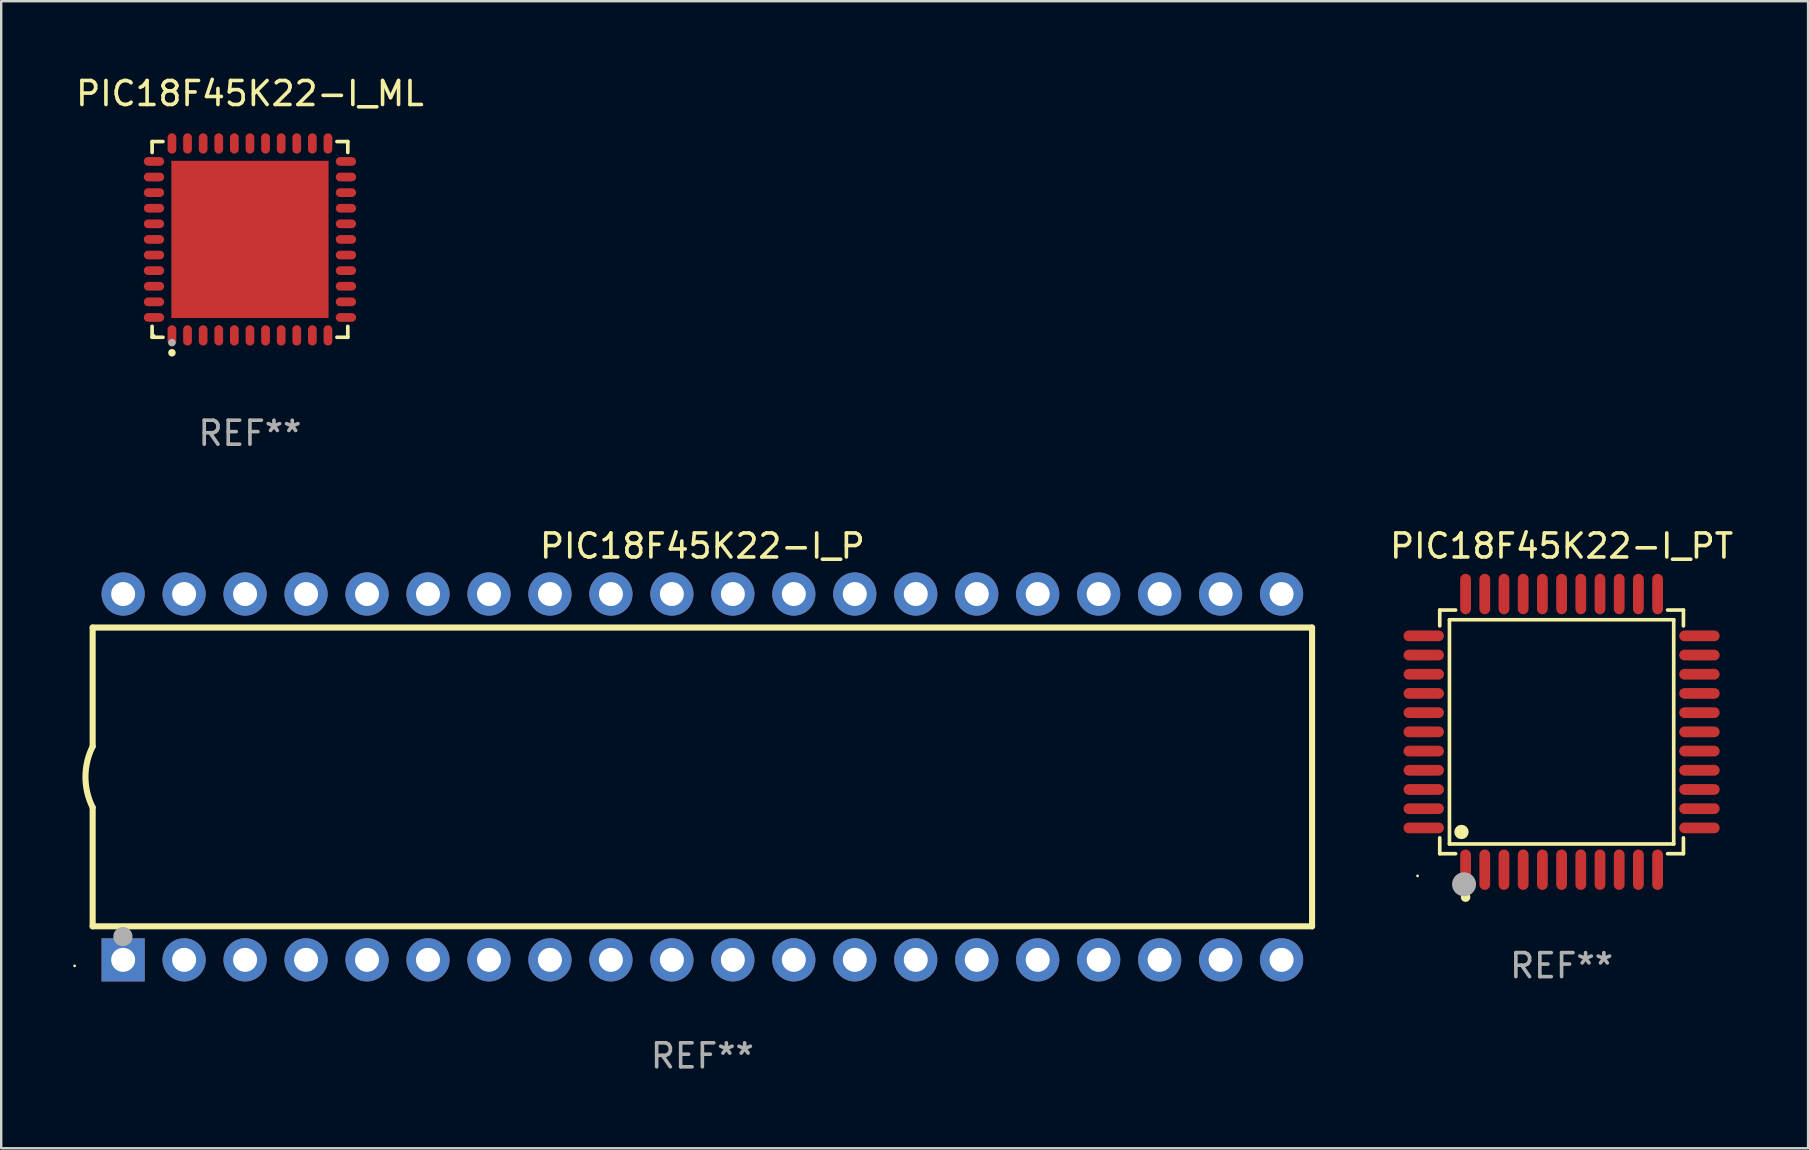
<source format=kicad_pcb>
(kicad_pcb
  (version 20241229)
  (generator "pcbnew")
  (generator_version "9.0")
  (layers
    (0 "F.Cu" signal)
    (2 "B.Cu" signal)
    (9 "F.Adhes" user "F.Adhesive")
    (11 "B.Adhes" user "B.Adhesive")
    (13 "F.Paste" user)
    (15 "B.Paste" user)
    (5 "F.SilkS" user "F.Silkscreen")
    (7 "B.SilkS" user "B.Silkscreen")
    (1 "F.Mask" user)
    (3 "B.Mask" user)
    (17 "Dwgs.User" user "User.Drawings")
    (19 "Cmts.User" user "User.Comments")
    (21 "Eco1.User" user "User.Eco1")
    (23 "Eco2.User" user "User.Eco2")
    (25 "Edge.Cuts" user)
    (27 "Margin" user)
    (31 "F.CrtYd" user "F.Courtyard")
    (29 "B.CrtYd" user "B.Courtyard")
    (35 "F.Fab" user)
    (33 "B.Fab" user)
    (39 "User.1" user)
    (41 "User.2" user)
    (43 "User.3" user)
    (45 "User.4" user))
  (footprint "PIC18F45K22-I_PT"
    (layer "F.Cu")
    (at 62.005 27.439)
    (property "Reference" "PIC18F45K22-I_PT" (at 0 -7.742 0) (layer "F.SilkS") (effects (font (size 1 1) (thickness 0.15))))
    (attr through_hole)
    (fp_line (start -5.076 -5.076) (end -4.415 -5.076) (stroke (width 0.152) (type solid)) (layer "F.SilkS"))
    (fp_line (start -5.076 -4.415) (end -5.076 -5.076) (stroke (width 0.152) (type solid)) (layer "F.SilkS"))
    (fp_line (start -5.076 4.415) (end -5.076 5.076) (stroke (width 0.152) (type solid)) (layer "F.SilkS"))
    (fp_line (start -5.076 5.076) (end -4.415 5.076) (stroke (width 0.152) (type solid)) (layer "F.SilkS"))
    (fp_line (start -4.671 -4.671) (end 4.671 -4.671) (stroke (width 0.152) (type solid)) (layer "F.SilkS"))
    (fp_line (start -4.671 4.671) (end -4.671 -4.671) (stroke (width 0.152) (type solid)) (layer "F.SilkS"))
    (fp_line (start 4.671 -4.671) (end 4.671 4.671) (stroke (width 0.152) (type solid)) (layer "F.SilkS"))
    (fp_line (start 4.671 4.671) (end -4.671 4.671) (stroke (width 0.152) (type solid)) (layer "F.SilkS"))
    (fp_line (start 5.076 -5.076) (end 4.415 -5.076) (stroke (width 0.152) (type solid)) (layer "F.SilkS"))
    (fp_line (start 5.076 -4.415) (end 5.076 -5.076) (stroke (width 0.152) (type solid)) (layer "F.SilkS"))
    (fp_line (start 5.076 4.415) (end 5.076 5.076) (stroke (width 0.152) (type solid)) (layer "F.SilkS"))
    (fp_line (start 5.076 5.076) (end 4.415 5.076) (stroke (width 0.152) (type solid)) (layer "F.SilkS"))
    (fp_circle (center -6 6) (end -5.97 6) (stroke (width 0.06) (type solid)) (fill no) (layer "F.SilkS"))
    (fp_circle (center -4.171 4.171) (end -4.021 4.171) (stroke (width 0.3) (type solid)) (fill no) (layer "F.SilkS"))
    (fp_circle (center -4 6.884) (end -3.9 6.884) (stroke (width 0.2) (type solid)) (fill no) (layer "F.SilkS"))
    (fp_circle (center -4.064 6.35) (end -3.814 6.35) (stroke (width 0.5) (type solid)) (fill no) (layer "F.Fab"))
    (fp_text user "REF**" (at 0 9.742 0) (layer "F.Fab") (effects (font (size 1 1) (thickness 0.15))))
    (pad "1" smd oval (at -4 5.742) (size 0.448 1.684) (layers "F.Cu" "F.Mask" "F.Paste"))
    (pad "2" smd oval (at -3.2 5.742) (size 0.448 1.684) (layers "F.Cu" "F.Mask" "F.Paste"))
    (pad "3" smd oval (at -2.4 5.742) (size 0.448 1.684) (layers "F.Cu" "F.Mask" "F.Paste"))
    (pad "4" smd oval (at -1.6 5.742) (size 0.448 1.684) (layers "F.Cu" "F.Mask" "F.Paste"))
    (pad "5" smd oval (at -0.8 5.742) (size 0.448 1.684) (layers "F.Cu" "F.Mask" "F.Paste"))
    (pad "6" smd oval (at 0 5.742) (size 0.448 1.684) (layers "F.Cu" "F.Mask" "F.Paste"))
    (pad "7" smd oval (at 0.8 5.742) (size 0.448 1.684) (layers "F.Cu" "F.Mask" "F.Paste"))
    (pad "8" smd oval (at 1.6 5.742) (size 0.448 1.684) (layers "F.Cu" "F.Mask" "F.Paste"))
    (pad "9" smd oval (at 2.4 5.742) (size 0.448 1.684) (layers "F.Cu" "F.Mask" "F.Paste"))
    (pad "10" smd oval (at 3.2 5.742) (size 0.448 1.684) (layers "F.Cu" "F.Mask" "F.Paste"))
    (pad "11" smd oval (at 4 5.742) (size 0.448 1.684) (layers "F.Cu" "F.Mask" "F.Paste"))
    (pad "12" smd oval (at 5.742 4) (size 1.684 0.448) (layers "F.Cu" "F.Mask" "F.Paste"))
    (pad "13" smd oval (at 5.742 3.2) (size 1.684 0.448) (layers "F.Cu" "F.Mask" "F.Paste"))
    (pad "14" smd oval (at 5.742 2.4) (size 1.684 0.448) (layers "F.Cu" "F.Mask" "F.Paste"))
    (pad "15" smd oval (at 5.742 1.6) (size 1.684 0.448) (layers "F.Cu" "F.Mask" "F.Paste"))
    (pad "16" smd oval (at 5.742 0.8) (size 1.684 0.448) (layers "F.Cu" "F.Mask" "F.Paste"))
    (pad "17" smd oval (at 5.742 0) (size 1.684 0.448) (layers "F.Cu" "F.Mask" "F.Paste"))
    (pad "18" smd oval (at 5.742 -0.8) (size 1.684 0.448) (layers "F.Cu" "F.Mask" "F.Paste"))
    (pad "19" smd oval (at 5.742 -1.6) (size 1.684 0.448) (layers "F.Cu" "F.Mask" "F.Paste"))
    (pad "20" smd oval (at 5.742 -2.4) (size 1.684 0.448) (layers "F.Cu" "F.Mask" "F.Paste"))
    (pad "21" smd oval (at 5.742 -3.2) (size 1.684 0.448) (layers "F.Cu" "F.Mask" "F.Paste"))
    (pad "22" smd oval (at 5.742 -4) (size 1.684 0.448) (layers "F.Cu" "F.Mask" "F.Paste"))
    (pad "23" smd oval (at 4 -5.742) (size 0.448 1.684) (layers "F.Cu" "F.Mask" "F.Paste"))
    (pad "24" smd oval (at 3.2 -5.742) (size 0.448 1.684) (layers "F.Cu" "F.Mask" "F.Paste"))
    (pad "25" smd oval (at 2.4 -5.742) (size 0.448 1.684) (layers "F.Cu" "F.Mask" "F.Paste"))
    (pad "26" smd oval (at 1.6 -5.742) (size 0.448 1.684) (layers "F.Cu" "F.Mask" "F.Paste"))
    (pad "27" smd oval (at 0.8 -5.742) (size 0.448 1.684) (layers "F.Cu" "F.Mask" "F.Paste"))
    (pad "28" smd oval (at 0 -5.742) (size 0.448 1.684) (layers "F.Cu" "F.Mask" "F.Paste"))
    (pad "29" smd oval (at -0.8 -5.742) (size 0.448 1.684) (layers "F.Cu" "F.Mask" "F.Paste"))
    (pad "30" smd oval (at -1.6 -5.742) (size 0.448 1.684) (layers "F.Cu" "F.Mask" "F.Paste"))
    (pad "31" smd oval (at -2.4 -5.742) (size 0.448 1.684) (layers "F.Cu" "F.Mask" "F.Paste"))
    (pad "32" smd oval (at -3.2 -5.742) (size 0.448 1.684) (layers "F.Cu" "F.Mask" "F.Paste"))
    (pad "33" smd oval (at -4 -5.742) (size 0.448 1.684) (layers "F.Cu" "F.Mask" "F.Paste"))
    (pad "34" smd oval (at -5.742 -4) (size 1.684 0.448) (layers "F.Cu" "F.Mask" "F.Paste"))
    (pad "35" smd oval (at -5.742 -3.2) (size 1.684 0.448) (layers "F.Cu" "F.Mask" "F.Paste"))
    (pad "36" smd oval (at -5.742 -2.4) (size 1.684 0.448) (layers "F.Cu" "F.Mask" "F.Paste"))
    (pad "37" smd oval (at -5.742 -1.6) (size 1.684 0.448) (layers "F.Cu" "F.Mask" "F.Paste"))
    (pad "38" smd oval (at -5.742 -0.8) (size 1.684 0.448) (layers "F.Cu" "F.Mask" "F.Paste"))
    (pad "39" smd oval (at -5.742 0) (size 1.684 0.448) (layers "F.Cu" "F.Mask" "F.Paste"))
    (pad "40" smd oval (at -5.742 0.8) (size 1.684 0.448) (layers "F.Cu" "F.Mask" "F.Paste"))
    (pad "41" smd oval (at -5.742 1.6) (size 1.684 0.448) (layers "F.Cu" "F.Mask" "F.Paste"))
    (pad "42" smd oval (at -5.742 2.4) (size 1.684 0.448) (layers "F.Cu" "F.Mask" "F.Paste"))
    (pad "43" smd oval (at -5.742 3.2) (size 1.684 0.448) (layers "F.Cu" "F.Mask" "F.Paste"))
    (pad "44" smd oval (at -5.742 4) (size 1.684 0.448) (layers "F.Cu" "F.Mask" "F.Paste")))
  (footprint "PIC18F45K22-I_ML"
    (layer "F.Cu")
    (at 7.363 6.924)
    (property "Reference" "PIC18F45K22-I_ML" (at 0 -6.076 0) (layer "F.SilkS") (effects (font (size 1 1) (thickness 0.15))))
    (attr through_hole)
    (fp_line (start -4.076 -4.076) (end -3.623 -4.076) (stroke (width 0.152) (type solid)) (layer "F.SilkS"))
    (fp_line (start -4.076 -3.623) (end -4.076 -4.076) (stroke (width 0.152) (type solid)) (layer "F.SilkS"))
    (fp_line (start -4.076 3.623) (end -4.076 4.076) (stroke (width 0.152) (type solid)) (layer "F.SilkS"))
    (fp_line (start -4.076 4.076) (end -3.623 4.076) (stroke (width 0.152) (type solid)) (layer "F.SilkS"))
    (fp_line (start 4.076 -4.076) (end 3.623 -4.076) (stroke (width 0.152) (type solid)) (layer "F.SilkS"))
    (fp_line (start 4.076 -3.623) (end 4.076 -4.076) (stroke (width 0.152) (type solid)) (layer "F.SilkS"))
    (fp_line (start 4.076 3.623) (end 4.076 4.076) (stroke (width 0.152) (type solid)) (layer "F.SilkS"))
    (fp_line (start 4.076 4.076) (end 3.623 4.076) (stroke (width 0.152) (type solid)) (layer "F.SilkS"))
    (fp_circle (center -4 4) (end -3.97 4) (stroke (width 0.06) (type solid)) (fill no) (layer "F.SilkS"))
    (fp_circle (center -3.25 4.722) (end -3.171 4.722) (stroke (width 0.158) (type solid)) (fill no) (layer "F.SilkS"))
    (fp_circle (center -3.25 4.3) (end -3.171 4.3) (stroke (width 0.158) (type solid)) (fill no) (layer "F.Fab"))
    (fp_text user "REF**" (at 0 8.076 0) (layer "F.Fab") (effects (font (size 1 1) (thickness 0.15))))
    (pad "1" smd oval (at -3.25 3.998) (size 0.364 0.847) (layers "F.Cu" "F.Mask" "F.Paste"))
    (pad "2" smd oval (at -2.6 3.998) (size 0.364 0.847) (layers "F.Cu" "F.Mask" "F.Paste"))
    (pad "3" smd oval (at -1.95 3.998) (size 0.364 0.847) (layers "F.Cu" "F.Mask" "F.Paste"))
    (pad "4" smd oval (at -1.3 3.998) (size 0.364 0.847) (layers "F.Cu" "F.Mask" "F.Paste"))
    (pad "5" smd oval (at -0.65 3.998) (size 0.364 0.847) (layers "F.Cu" "F.Mask" "F.Paste"))
    (pad "6" smd oval (at 0 3.998) (size 0.364 0.847) (layers "F.Cu" "F.Mask" "F.Paste"))
    (pad "7" smd oval (at 0.65 3.998) (size 0.364 0.847) (layers "F.Cu" "F.Mask" "F.Paste"))
    (pad "8" smd oval (at 1.3 3.998) (size 0.364 0.847) (layers "F.Cu" "F.Mask" "F.Paste"))
    (pad "9" smd oval (at 1.95 3.998) (size 0.364 0.847) (layers "F.Cu" "F.Mask" "F.Paste"))
    (pad "10" smd oval (at 2.6 3.998) (size 0.364 0.847) (layers "F.Cu" "F.Mask" "F.Paste"))
    (pad "11" smd oval (at 3.25 3.998) (size 0.364 0.847) (layers "F.Cu" "F.Mask" "F.Paste"))
    (pad "12" smd oval (at 3.998 3.25) (size 0.847 0.364) (layers "F.Cu" "F.Mask" "F.Paste"))
    (pad "13" smd oval (at 3.998 2.6) (size 0.847 0.364) (layers "F.Cu" "F.Mask" "F.Paste"))
    (pad "14" smd oval (at 3.998 1.95) (size 0.847 0.364) (layers "F.Cu" "F.Mask" "F.Paste"))
    (pad "15" smd oval (at 3.998 1.3) (size 0.847 0.364) (layers "F.Cu" "F.Mask" "F.Paste"))
    (pad "16" smd oval (at 3.998 0.65) (size 0.847 0.364) (layers "F.Cu" "F.Mask" "F.Paste"))
    (pad "17" smd oval (at 3.998 0) (size 0.847 0.364) (layers "F.Cu" "F.Mask" "F.Paste"))
    (pad "18" smd oval (at 3.998 -0.65) (size 0.847 0.364) (layers "F.Cu" "F.Mask" "F.Paste"))
    (pad "19" smd oval (at 3.998 -1.3) (size 0.847 0.364) (layers "F.Cu" "F.Mask" "F.Paste"))
    (pad "20" smd oval (at 3.998 -1.95) (size 0.847 0.364) (layers "F.Cu" "F.Mask" "F.Paste"))
    (pad "21" smd oval (at 3.998 -2.6) (size 0.847 0.364) (layers "F.Cu" "F.Mask" "F.Paste"))
    (pad "22" smd oval (at 3.998 -3.25) (size 0.847 0.364) (layers "F.Cu" "F.Mask" "F.Paste"))
    (pad "23" smd oval (at 3.25 -3.998) (size 0.364 0.847) (layers "F.Cu" "F.Mask" "F.Paste"))
    (pad "24" smd oval (at 2.6 -3.998) (size 0.364 0.847) (layers "F.Cu" "F.Mask" "F.Paste"))
    (pad "25" smd oval (at 1.95 -3.998) (size 0.364 0.847) (layers "F.Cu" "F.Mask" "F.Paste"))
    (pad "26" smd oval (at 1.3 -3.998) (size 0.364 0.847) (layers "F.Cu" "F.Mask" "F.Paste"))
    (pad "27" smd oval (at 0.65 -3.998) (size 0.364 0.847) (layers "F.Cu" "F.Mask" "F.Paste"))
    (pad "28" smd oval (at 0 -3.998) (size 0.364 0.847) (layers "F.Cu" "F.Mask" "F.Paste"))
    (pad "29" smd oval (at -0.65 -3.998) (size 0.364 0.847) (layers "F.Cu" "F.Mask" "F.Paste"))
    (pad "30" smd oval (at -1.3 -3.998) (size 0.364 0.847) (layers "F.Cu" "F.Mask" "F.Paste"))
    (pad "31" smd oval (at -1.95 -3.998) (size 0.364 0.847) (layers "F.Cu" "F.Mask" "F.Paste"))
    (pad "32" smd oval (at -2.6 -3.998) (size 0.364 0.847) (layers "F.Cu" "F.Mask" "F.Paste"))
    (pad "33" smd oval (at -3.25 -3.998) (size 0.364 0.847) (layers "F.Cu" "F.Mask" "F.Paste"))
    (pad "34" smd oval (at -3.998 -3.25) (size 0.847 0.364) (layers "F.Cu" "F.Mask" "F.Paste"))
    (pad "35" smd oval (at -3.998 -2.6) (size 0.847 0.364) (layers "F.Cu" "F.Mask" "F.Paste"))
    (pad "36" smd oval (at -3.998 -1.95) (size 0.847 0.364) (layers "F.Cu" "F.Mask" "F.Paste"))
    (pad "37" smd oval (at -3.998 -1.3) (size 0.847 0.364) (layers "F.Cu" "F.Mask" "F.Paste"))
    (pad "38" smd oval (at -3.998 -0.65) (size 0.847 0.364) (layers "F.Cu" "F.Mask" "F.Paste"))
    (pad "39" smd oval (at -3.998 0) (size 0.847 0.364) (layers "F.Cu" "F.Mask" "F.Paste"))
    (pad "40" smd oval (at -3.998 0.65) (size 0.847 0.364) (layers "F.Cu" "F.Mask" "F.Paste"))
    (pad "41" smd oval (at -3.998 1.3) (size 0.847 0.364) (layers "F.Cu" "F.Mask" "F.Paste"))
    (pad "42" smd oval (at -3.998 1.95) (size 0.847 0.364) (layers "F.Cu" "F.Mask" "F.Paste"))
    (pad "43" smd oval (at -3.998 2.6) (size 0.847 0.364) (layers "F.Cu" "F.Mask" "F.Paste"))
    (pad "44" smd oval (at -3.998 3.25) (size 0.847 0.364) (layers "F.Cu" "F.Mask" "F.Paste"))
    (pad "45" smd rect (at 0 0) (size 6.55 6.55) (layers "F.Cu" "F.Mask" "F.Paste")))
  (footprint "PIC18F45K22-I_P"
    (layer "F.Cu")
    (at 26.21 29.317)
    (property "Reference" "PIC18F45K22-I_P" (at 0 -9.62 0) (layer "F.SilkS") (effects (font (size 1 1) (thickness 0.15))))
    (attr through_hole)
    (fp_line (start -25.4 -6.224) (end -25.4 -1.271) (stroke (width 0.254) (type solid)) (layer "F.SilkS"))
    (fp_line (start -25.4 -6.224) (end 25.4 -6.224) (stroke (width 0.254) (type solid)) (layer "F.SilkS"))
    (fp_line (start -25.4 1.269) (end -25.4 6.222) (stroke (width 0.254) (type solid)) (layer "F.SilkS"))
    (fp_line (start -25.4 6.222) (end 25.4 6.222) (stroke (width 0.254) (type solid)) (layer "F.SilkS"))
    (fp_line (start 25.4 6.222) (end 25.4 -6.224) (stroke (width 0.254) (type solid)) (layer "F.SilkS"))
    (fp_arc (start -25.4 1.269241) (mid -25.699807 -0.000762) (end -25.4 -1.270765) (stroke (width 0.254001) (type solid)) (layer "F.SilkS"))
    (fp_circle (center -26.15 7.87) (end -26.12 7.87) (stroke (width 0.06) (type solid)) (fill no) (layer "F.SilkS"))
    (fp_circle (center -24.14 6.65) (end -23.94 6.65) (stroke (width 0.4) (type solid)) (fill no) (layer "F.Fab"))
    (fp_text user "REF**" (at 0 11.62 0) (layer "F.Fab") (effects (font (size 1 1) (thickness 0.15))))
    (pad "1" thru_hole rect (at -24.13 7.62 90) (size 1.8 1.8) (drill 1) (layers "*.Cu" "*.Mask"))
    (pad "2" thru_hole circle (at -21.59 7.62) (size 1.8 1.8) (drill 1) (layers "*.Cu" "*.Mask"))
    (pad "3" thru_hole circle (at -19.05 7.62) (size 1.8 1.8) (drill 1) (layers "*.Cu" "*.Mask"))
    (pad "4" thru_hole circle (at -16.51 7.62) (size 1.8 1.8) (drill 1) (layers "*.Cu" "*.Mask"))
    (pad "5" thru_hole circle (at -13.97 7.62) (size 1.8 1.8) (drill 1) (layers "*.Cu" "*.Mask"))
    (pad "6" thru_hole circle (at -11.43 7.62) (size 1.8 1.8) (drill 1) (layers "*.Cu" "*.Mask"))
    (pad "7" thru_hole circle (at -8.89 7.62) (size 1.8 1.8) (drill 1) (layers "*.Cu" "*.Mask"))
    (pad "8" thru_hole circle (at -6.35 7.62) (size 1.8 1.8) (drill 1) (layers "*.Cu" "*.Mask"))
    (pad "9" thru_hole circle (at -3.81 7.62) (size 1.8 1.8) (drill 1) (layers "*.Cu" "*.Mask"))
    (pad "10" thru_hole circle (at -1.27 7.62) (size 1.8 1.8) (drill 1) (layers "*.Cu" "*.Mask"))
    (pad "11" thru_hole circle (at 1.27 7.62) (size 1.8 1.8) (drill 1) (layers "*.Cu" "*.Mask"))
    (pad "12" thru_hole circle (at 3.81 7.62) (size 1.8 1.8) (drill 1) (layers "*.Cu" "*.Mask"))
    (pad "13" thru_hole circle (at 6.35 7.62) (size 1.8 1.8) (drill 1) (layers "*.Cu" "*.Mask"))
    (pad "14" thru_hole circle (at 8.89 7.62) (size 1.8 1.8) (drill 1) (layers "*.Cu" "*.Mask"))
    (pad "15" thru_hole circle (at 11.43 7.62) (size 1.8 1.8) (drill 1) (layers "*.Cu" "*.Mask"))
    (pad "16" thru_hole circle (at 13.97 7.62) (size 1.8 1.8) (drill 1) (layers "*.Cu" "*.Mask"))
    (pad "17" thru_hole circle (at 16.51 7.62) (size 1.8 1.8) (drill 1) (layers "*.Cu" "*.Mask"))
    (pad "18" thru_hole circle (at 19.05 7.62) (size 1.8 1.8) (drill 1) (layers "*.Cu" "*.Mask"))
    (pad "19" thru_hole circle (at 21.59 7.62) (size 1.8 1.8) (drill 1) (layers "*.Cu" "*.Mask"))
    (pad "20" thru_hole circle (at 24.13 7.62) (size 1.8 1.8) (drill 1) (layers "*.Cu" "*.Mask"))
    (pad "21" thru_hole circle (at 24.13 -7.62) (size 1.8 1.8) (drill 1) (layers "*.Cu" "*.Mask"))
    (pad "22" thru_hole circle (at 21.59 -7.62) (size 1.8 1.8) (drill 1) (layers "*.Cu" "*.Mask"))
    (pad "23" thru_hole circle (at 19.05 -7.62) (size 1.8 1.8) (drill 1) (layers "*.Cu" "*.Mask"))
    (pad "24" thru_hole circle (at 16.51 -7.62) (size 1.8 1.8) (drill 1) (layers "*.Cu" "*.Mask"))
    (pad "25" thru_hole circle (at 13.97 -7.62) (size 1.8 1.8) (drill 1) (layers "*.Cu" "*.Mask"))
    (pad "26" thru_hole circle (at 11.43 -7.62) (size 1.8 1.8) (drill 1) (layers "*.Cu" "*.Mask"))
    (pad "27" thru_hole circle (at 8.89 -7.62) (size 1.8 1.8) (drill 1) (layers "*.Cu" "*.Mask"))
    (pad "28" thru_hole circle (at 6.35 -7.62) (size 1.8 1.8) (drill 1) (layers "*.Cu" "*.Mask"))
    (pad "29" thru_hole circle (at 3.81 -7.62) (size 1.8 1.8) (drill 1) (layers "*.Cu" "*.Mask"))
    (pad "30" thru_hole circle (at 1.27 -7.62) (size 1.8 1.8) (drill 1) (layers "*.Cu" "*.Mask"))
    (pad "31" thru_hole circle (at -1.27 -7.62) (size 1.8 1.8) (drill 1) (layers "*.Cu" "*.Mask"))
    (pad "32" thru_hole circle (at -3.81 -7.62) (size 1.8 1.8) (drill 1) (layers "*.Cu" "*.Mask"))
    (pad "33" thru_hole circle (at -6.35 -7.62) (size 1.8 1.8) (drill 1) (layers "*.Cu" "*.Mask"))
    (pad "34" thru_hole circle (at -8.89 -7.62) (size 1.8 1.8) (drill 1) (layers "*.Cu" "*.Mask"))
    (pad "35" thru_hole circle (at -11.43 -7.62) (size 1.8 1.8) (drill 1) (layers "*.Cu" "*.Mask"))
    (pad "36" thru_hole circle (at -13.97 -7.62) (size 1.8 1.8) (drill 1) (layers "*.Cu" "*.Mask"))
    (pad "37" thru_hole circle (at -16.51 -7.62) (size 1.8 1.8) (drill 1) (layers "*.Cu" "*.Mask"))
    (pad "38" thru_hole circle (at -19.05 -7.62) (size 1.8 1.8) (drill 1) (layers "*.Cu" "*.Mask"))
    (pad "39" thru_hole circle (at -21.59 -7.62) (size 1.8 1.8) (drill 1) (layers "*.Cu" "*.Mask"))
    (pad "40" thru_hole circle (at -24.13 -7.62) (size 1.8 1.8) (drill 1) (layers "*.Cu" "*.Mask")))
  (gr_rect
    (start -3 -3)
    (end 72.273 44.785)
    (stroke (width 0.1) (type default))
    (fill no)
    (layer "Edge.Cuts")))
</source>
